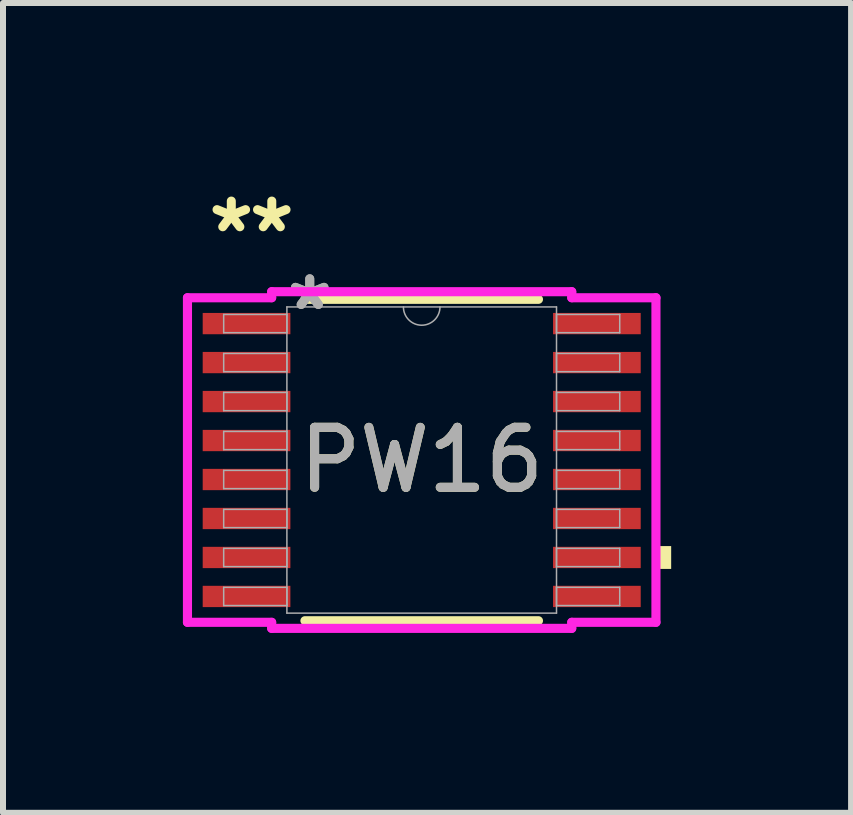
<source format=kicad_pcb>
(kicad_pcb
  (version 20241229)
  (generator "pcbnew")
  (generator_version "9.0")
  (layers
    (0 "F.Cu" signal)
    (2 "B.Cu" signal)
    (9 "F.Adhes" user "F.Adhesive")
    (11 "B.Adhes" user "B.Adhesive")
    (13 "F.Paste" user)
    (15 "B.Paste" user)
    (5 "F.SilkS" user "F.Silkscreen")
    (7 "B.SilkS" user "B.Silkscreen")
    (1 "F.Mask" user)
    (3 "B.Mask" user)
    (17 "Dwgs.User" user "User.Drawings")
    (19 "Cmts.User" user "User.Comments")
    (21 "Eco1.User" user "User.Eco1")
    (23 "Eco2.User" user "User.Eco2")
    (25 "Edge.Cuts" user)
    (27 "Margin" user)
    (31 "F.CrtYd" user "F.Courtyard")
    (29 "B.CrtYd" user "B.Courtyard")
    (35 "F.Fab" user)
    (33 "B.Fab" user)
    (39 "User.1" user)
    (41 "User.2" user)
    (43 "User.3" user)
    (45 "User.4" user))
  (footprint "PW16"
    (layer "F.Cu")
    (at 3.982 4.621)
    (property "Reference" "PW16" (at 0 0 0) (unlocked yes) (layer "F.SilkS") (effects (font (size 1 1) (thickness 0.15))))
    (attr smd)
    (fp_line (start -1.947 2.68) (end 1.947 2.68) (stroke (width 0.152) (type solid)) (layer "F.SilkS"))
    (fp_line (start 1.947 -2.68) (end -1.947 -2.68) (stroke (width 0.152) (type solid)) (layer "F.SilkS"))
    (fp_poly (pts (xy 4.16 1.435) (xy 4.16 1.816) (xy 3.906 1.816) (xy 3.906 1.435)) (stroke (width 0) (type solid)) (fill yes) (layer "F.SilkS"))
    (fp_line (start -3.906 -2.706) (end -2.502 -2.706) (stroke (width 0.152) (type solid)) (layer "F.CrtYd"))
    (fp_line (start -3.906 2.706) (end -3.906 -2.706) (stroke (width 0.152) (type solid)) (layer "F.CrtYd"))
    (fp_line (start -3.906 2.706) (end -2.502 2.706) (stroke (width 0.152) (type solid)) (layer "F.CrtYd"))
    (fp_line (start -2.502 -2.807) (end 2.502 -2.807) (stroke (width 0.152) (type solid)) (layer "F.CrtYd"))
    (fp_line (start -2.502 -2.706) (end -2.502 -2.807) (stroke (width 0.152) (type solid)) (layer "F.CrtYd"))
    (fp_line (start -2.502 2.807) (end -2.502 2.706) (stroke (width 0.152) (type solid)) (layer "F.CrtYd"))
    (fp_line (start 2.502 -2.807) (end 2.502 -2.706) (stroke (width 0.152) (type solid)) (layer "F.CrtYd"))
    (fp_line (start 2.502 2.706) (end 2.502 2.807) (stroke (width 0.152) (type solid)) (layer "F.CrtYd"))
    (fp_line (start 2.502 2.807) (end -2.502 2.807) (stroke (width 0.152) (type solid)) (layer "F.CrtYd"))
    (fp_line (start 3.906 -2.706) (end 2.502 -2.706) (stroke (width 0.152) (type solid)) (layer "F.CrtYd"))
    (fp_line (start 3.906 -2.706) (end 3.906 2.706) (stroke (width 0.152) (type solid)) (layer "F.CrtYd"))
    (fp_line (start 3.906 2.706) (end 2.502 2.706) (stroke (width 0.152) (type solid)) (layer "F.CrtYd"))
    (fp_line (start -3.302 -2.427) (end -3.302 -2.123) (stroke (width 0.025) (type solid)) (layer "F.Fab"))
    (fp_line (start -3.302 -2.123) (end -2.248 -2.123) (stroke (width 0.025) (type solid)) (layer "F.Fab"))
    (fp_line (start -3.302 -1.777) (end -3.302 -1.473) (stroke (width 0.025) (type solid)) (layer "F.Fab"))
    (fp_line (start -3.302 -1.473) (end -2.248 -1.473) (stroke (width 0.025) (type solid)) (layer "F.Fab"))
    (fp_line (start -3.302 -1.127) (end -3.302 -0.823) (stroke (width 0.025) (type solid)) (layer "F.Fab"))
    (fp_line (start -3.302 -0.823) (end -2.248 -0.823) (stroke (width 0.025) (type solid)) (layer "F.Fab"))
    (fp_line (start -3.302 -0.477) (end -3.302 -0.173) (stroke (width 0.025) (type solid)) (layer "F.Fab"))
    (fp_line (start -3.302 -0.173) (end -2.248 -0.173) (stroke (width 0.025) (type solid)) (layer "F.Fab"))
    (fp_line (start -3.302 0.173) (end -3.302 0.477) (stroke (width 0.025) (type solid)) (layer "F.Fab"))
    (fp_line (start -3.302 0.477) (end -2.248 0.477) (stroke (width 0.025) (type solid)) (layer "F.Fab"))
    (fp_line (start -3.302 0.823) (end -3.302 1.127) (stroke (width 0.025) (type solid)) (layer "F.Fab"))
    (fp_line (start -3.302 1.127) (end -2.248 1.127) (stroke (width 0.025) (type solid)) (layer "F.Fab"))
    (fp_line (start -3.302 1.473) (end -3.302 1.777) (stroke (width 0.025) (type solid)) (layer "F.Fab"))
    (fp_line (start -3.302 1.777) (end -2.248 1.777) (stroke (width 0.025) (type solid)) (layer "F.Fab"))
    (fp_line (start -3.302 2.123) (end -3.302 2.427) (stroke (width 0.025) (type solid)) (layer "F.Fab"))
    (fp_line (start -3.302 2.427) (end -2.248 2.427) (stroke (width 0.025) (type solid)) (layer "F.Fab"))
    (fp_line (start -2.248 -2.553) (end -2.248 2.553) (stroke (width 0.025) (type solid)) (layer "F.Fab"))
    (fp_line (start -2.248 -2.427) (end -3.302 -2.427) (stroke (width 0.025) (type solid)) (layer "F.Fab"))
    (fp_line (start -2.248 -2.123) (end -2.248 -2.427) (stroke (width 0.025) (type solid)) (layer "F.Fab"))
    (fp_line (start -2.248 -1.777) (end -3.302 -1.777) (stroke (width 0.025) (type solid)) (layer "F.Fab"))
    (fp_line (start -2.248 -1.473) (end -2.248 -1.777) (stroke (width 0.025) (type solid)) (layer "F.Fab"))
    (fp_line (start -2.248 -1.127) (end -3.302 -1.127) (stroke (width 0.025) (type solid)) (layer "F.Fab"))
    (fp_line (start -2.248 -0.823) (end -2.248 -1.127) (stroke (width 0.025) (type solid)) (layer "F.Fab"))
    (fp_line (start -2.248 -0.477) (end -3.302 -0.477) (stroke (width 0.025) (type solid)) (layer "F.Fab"))
    (fp_line (start -2.248 -0.173) (end -2.248 -0.477) (stroke (width 0.025) (type solid)) (layer "F.Fab"))
    (fp_line (start -2.248 0.173) (end -3.302 0.173) (stroke (width 0.025) (type solid)) (layer "F.Fab"))
    (fp_line (start -2.248 0.477) (end -2.248 0.173) (stroke (width 0.025) (type solid)) (layer "F.Fab"))
    (fp_line (start -2.248 0.823) (end -3.302 0.823) (stroke (width 0.025) (type solid)) (layer "F.Fab"))
    (fp_line (start -2.248 1.127) (end -2.248 0.823) (stroke (width 0.025) (type solid)) (layer "F.Fab"))
    (fp_line (start -2.248 1.473) (end -3.302 1.473) (stroke (width 0.025) (type solid)) (layer "F.Fab"))
    (fp_line (start -2.248 1.777) (end -2.248 1.473) (stroke (width 0.025) (type solid)) (layer "F.Fab"))
    (fp_line (start -2.248 2.123) (end -3.302 2.123) (stroke (width 0.025) (type solid)) (layer "F.Fab"))
    (fp_line (start -2.248 2.427) (end -2.248 2.123) (stroke (width 0.025) (type solid)) (layer "F.Fab"))
    (fp_line (start -2.248 2.553) (end 2.248 2.553) (stroke (width 0.025) (type solid)) (layer "F.Fab"))
    (fp_line (start 2.248 -2.553) (end -2.248 -2.553) (stroke (width 0.025) (type solid)) (layer "F.Fab"))
    (fp_line (start 2.248 -2.427) (end 2.248 -2.123) (stroke (width 0.025) (type solid)) (layer "F.Fab"))
    (fp_line (start 2.248 -2.123) (end 3.302 -2.123) (stroke (width 0.025) (type solid)) (layer "F.Fab"))
    (fp_line (start 2.248 -1.777) (end 2.248 -1.473) (stroke (width 0.025) (type solid)) (layer "F.Fab"))
    (fp_line (start 2.248 -1.473) (end 3.302 -1.473) (stroke (width 0.025) (type solid)) (layer "F.Fab"))
    (fp_line (start 2.248 -1.127) (end 2.248 -0.823) (stroke (width 0.025) (type solid)) (layer "F.Fab"))
    (fp_line (start 2.248 -0.823) (end 3.302 -0.823) (stroke (width 0.025) (type solid)) (layer "F.Fab"))
    (fp_line (start 2.248 -0.477) (end 2.248 -0.173) (stroke (width 0.025) (type solid)) (layer "F.Fab"))
    (fp_line (start 2.248 -0.173) (end 3.302 -0.173) (stroke (width 0.025) (type solid)) (layer "F.Fab"))
    (fp_line (start 2.248 0.173) (end 2.248 0.477) (stroke (width 0.025) (type solid)) (layer "F.Fab"))
    (fp_line (start 2.248 0.477) (end 3.302 0.477) (stroke (width 0.025) (type solid)) (layer "F.Fab"))
    (fp_line (start 2.248 0.823) (end 2.248 1.127) (stroke (width 0.025) (type solid)) (layer "F.Fab"))
    (fp_line (start 2.248 1.127) (end 3.302 1.127) (stroke (width 0.025) (type solid)) (layer "F.Fab"))
    (fp_line (start 2.248 1.473) (end 2.248 1.777) (stroke (width 0.025) (type solid)) (layer "F.Fab"))
    (fp_line (start 2.248 1.777) (end 3.302 1.777) (stroke (width 0.025) (type solid)) (layer "F.Fab"))
    (fp_line (start 2.248 2.123) (end 2.248 2.427) (stroke (width 0.025) (type solid)) (layer "F.Fab"))
    (fp_line (start 2.248 2.427) (end 3.302 2.427) (stroke (width 0.025) (type solid)) (layer "F.Fab"))
    (fp_line (start 2.248 2.553) (end 2.248 -2.553) (stroke (width 0.025) (type solid)) (layer "F.Fab"))
    (fp_line (start 3.302 -2.427) (end 2.248 -2.427) (stroke (width 0.025) (type solid)) (layer "F.Fab"))
    (fp_line (start 3.302 -2.123) (end 3.302 -2.427) (stroke (width 0.025) (type solid)) (layer "F.Fab"))
    (fp_line (start 3.302 -1.777) (end 2.248 -1.777) (stroke (width 0.025) (type solid)) (layer "F.Fab"))
    (fp_line (start 3.302 -1.473) (end 3.302 -1.777) (stroke (width 0.025) (type solid)) (layer "F.Fab"))
    (fp_line (start 3.302 -1.127) (end 2.248 -1.127) (stroke (width 0.025) (type solid)) (layer "F.Fab"))
    (fp_line (start 3.302 -0.823) (end 3.302 -1.127) (stroke (width 0.025) (type solid)) (layer "F.Fab"))
    (fp_line (start 3.302 -0.477) (end 2.248 -0.477) (stroke (width 0.025) (type solid)) (layer "F.Fab"))
    (fp_line (start 3.302 -0.173) (end 3.302 -0.477) (stroke (width 0.025) (type solid)) (layer "F.Fab"))
    (fp_line (start 3.302 0.173) (end 2.248 0.173) (stroke (width 0.025) (type solid)) (layer "F.Fab"))
    (fp_line (start 3.302 0.477) (end 3.302 0.173) (stroke (width 0.025) (type solid)) (layer "F.Fab"))
    (fp_line (start 3.302 0.823) (end 2.248 0.823) (stroke (width 0.025) (type solid)) (layer "F.Fab"))
    (fp_line (start 3.302 1.127) (end 3.302 0.823) (stroke (width 0.025) (type solid)) (layer "F.Fab"))
    (fp_line (start 3.302 1.473) (end 2.248 1.473) (stroke (width 0.025) (type solid)) (layer "F.Fab"))
    (fp_line (start 3.302 1.777) (end 3.302 1.473) (stroke (width 0.025) (type solid)) (layer "F.Fab"))
    (fp_line (start 3.302 2.123) (end 2.248 2.123) (stroke (width 0.025) (type solid)) (layer "F.Fab"))
    (fp_line (start 3.302 2.427) (end 3.302 2.123) (stroke (width 0.025) (type solid)) (layer "F.Fab"))
    (fp_arc (start 0.3048 -2.5527) (mid 0 -2.2479) (end -0.3048 -2.5527) (stroke (width 0.0254) (type solid)) (layer "F.Fab"))
    (fp_text user "*" (at -3.175 -3.773 0) (unlocked yes) (layer "F.SilkS") (effects (font (size 1 1) (thickness 0.15))))
    (fp_text user "*" (at -2.5 -3.773 0) (layer "F.SilkS") (effects (font (size 1 1) (thickness 0.15))))
    (fp_text user "*" (at -1.867 -2.477 0) (unlocked yes) (layer "F.Fab") (effects (font (size 1 1) (thickness 0.15))))
    (fp_text user "*" (at -1.867 -2.477 0) (layer "F.Fab") (effects (font (size 1 1) (thickness 0.15))))
    (fp_text user "${REFERENCE}" (at 0 0 0) (unlocked yes) (layer "F.Fab") (effects (font (size 1 1) (thickness 0.15))))
    (pad "1" smd rect (at -2.921 -2.275) (size 1.462 0.355) (layers "F.Cu" "F.Mask" "F.Paste"))
    (pad "2" smd rect (at -2.921 -1.625) (size 1.462 0.355) (layers "F.Cu" "F.Mask" "F.Paste"))
    (pad "3" smd rect (at -2.921 -0.975) (size 1.462 0.355) (layers "F.Cu" "F.Mask" "F.Paste"))
    (pad "4" smd rect (at -2.921 -0.325) (size 1.462 0.355) (layers "F.Cu" "F.Mask" "F.Paste"))
    (pad "5" smd rect (at -2.921 0.325) (size 1.462 0.355) (layers "F.Cu" "F.Mask" "F.Paste"))
    (pad "6" smd rect (at -2.921 0.975) (size 1.462 0.355) (layers "F.Cu" "F.Mask" "F.Paste"))
    (pad "7" smd rect (at -2.921 1.625) (size 1.462 0.355) (layers "F.Cu" "F.Mask" "F.Paste"))
    (pad "8" smd rect (at -2.921 2.275) (size 1.462 0.355) (layers "F.Cu" "F.Mask" "F.Paste"))
    (pad "9" smd rect (at 2.921 2.275) (size 1.462 0.355) (layers "F.Cu" "F.Mask" "F.Paste"))
    (pad "10" smd rect (at 2.921 1.625) (size 1.462 0.355) (layers "F.Cu" "F.Mask" "F.Paste"))
    (pad "11" smd rect (at 2.921 0.975) (size 1.462 0.355) (layers "F.Cu" "F.Mask" "F.Paste"))
    (pad "12" smd rect (at 2.921 0.325) (size 1.462 0.355) (layers "F.Cu" "F.Mask" "F.Paste"))
    (pad "13" smd rect (at 2.921 -0.325) (size 1.462 0.355) (layers "F.Cu" "F.Mask" "F.Paste"))
    (pad "14" smd rect (at 2.921 -0.975) (size 1.462 0.355) (layers "F.Cu" "F.Mask" "F.Paste"))
    (pad "15" smd rect (at 2.921 -1.625) (size 1.462 0.355) (layers "F.Cu" "F.Mask" "F.Paste"))
    (pad "16" smd rect (at 2.921 -2.275) (size 1.462 0.355) (layers "F.Cu" "F.Mask" "F.Paste")))
  (gr_rect
    (start -3 -3)
    (end 11.142 10.504)
    (stroke (width 0.1) (type default))
    (fill no)
    (layer "Edge.Cuts")))
</source>
